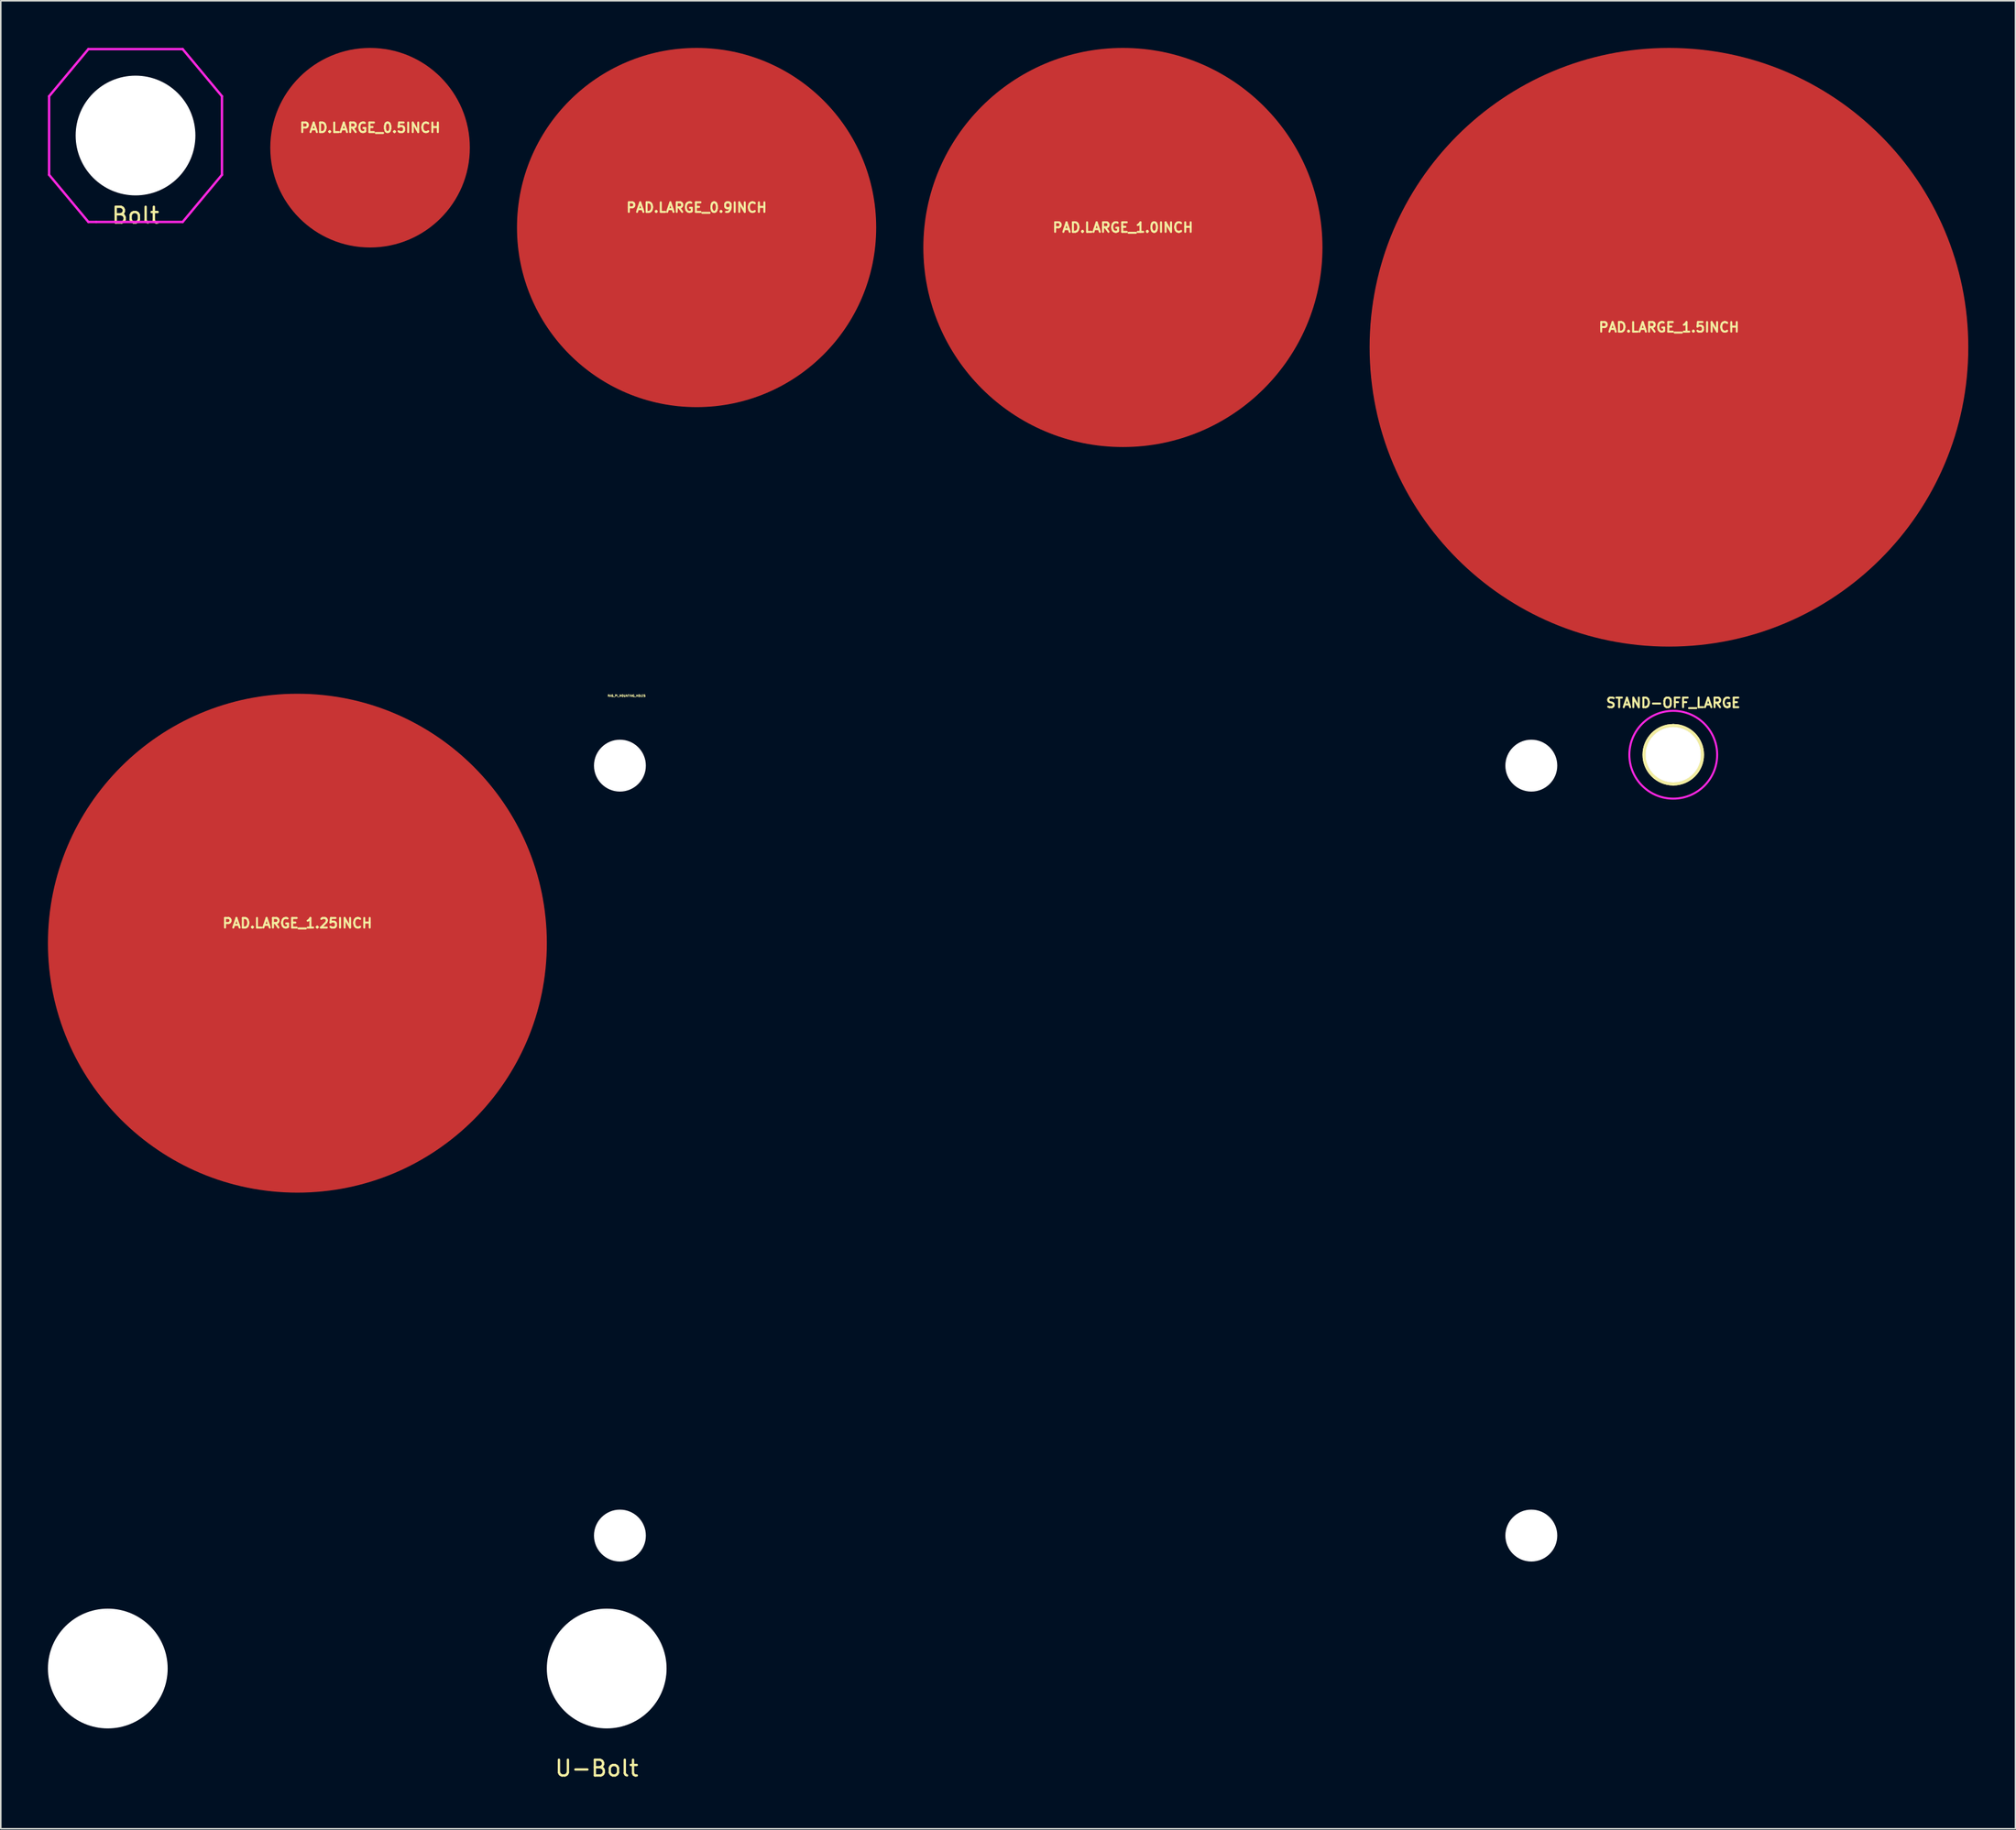
<source format=kicad_pcb>
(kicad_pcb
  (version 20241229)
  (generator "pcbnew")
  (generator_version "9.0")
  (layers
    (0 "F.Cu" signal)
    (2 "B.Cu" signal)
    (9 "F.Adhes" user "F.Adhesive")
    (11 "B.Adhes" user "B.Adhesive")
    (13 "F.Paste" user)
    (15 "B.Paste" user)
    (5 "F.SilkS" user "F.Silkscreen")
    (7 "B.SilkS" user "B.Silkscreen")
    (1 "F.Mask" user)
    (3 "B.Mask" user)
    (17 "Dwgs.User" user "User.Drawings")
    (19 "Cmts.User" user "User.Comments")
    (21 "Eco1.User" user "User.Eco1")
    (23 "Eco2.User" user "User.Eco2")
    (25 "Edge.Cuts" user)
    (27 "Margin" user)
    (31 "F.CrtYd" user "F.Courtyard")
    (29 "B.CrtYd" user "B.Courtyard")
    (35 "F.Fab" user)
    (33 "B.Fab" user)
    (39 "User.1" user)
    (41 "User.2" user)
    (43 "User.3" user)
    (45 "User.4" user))
  (footprint "PAD.LARGE_1.5INCH"
    (layer "F.Cu")
    (at 103.16 19.05)
    (property "Reference" "PAD.LARGE_1.5INCH" (at 0 -1.27 0) (layer "F.SilkS") (effects (font (size 0.61 0.61) (thickness 0.127))))
    (attr smd)
    (pad "1" smd circle (at 0 0) (size 38.1 38.1) (layers "F.Cu" "F.Mask" "F.Paste")))
  (footprint "RAS_PI_MOUNTING_HOLES"
    (layer "F.Cu")
    (at 65.401 45.675)
    (property "Reference" "RAS_PI_MOUNTING_HOLES" (at -28.575 -4.445 0) (layer "F.SilkS") (effects (font (size 0.127 0.127) (thickness 0.032))))
    (attr through_hole)
    (pad "" np_thru_hole circle (at -29 0) (size 3.302 3.302) (drill 3.302) (layers "*.Cu" "*.Mask"))
    (pad "" np_thru_hole circle (at -29 49) (size 3.302 3.302) (drill 3.302) (layers "*.Cu" "*.Mask"))
    (pad "" np_thru_hole circle (at 29 0) (size 3.302 3.302) (drill 3.302) (layers "*.Cu" "*.Mask"))
    (pad "" np_thru_hole circle (at 29 49) (size 3.302 3.302) (drill 3.302) (layers "*.Cu" "*.Mask")))
  (footprint "PAD.LARGE_0.9INCH"
    (layer "F.Cu")
    (at 41.28 11.43)
    (property "Reference" "PAD.LARGE_0.9INCH" (at 0 -1.27 0) (layer "F.SilkS") (effects (font (size 0.61 0.61) (thickness 0.127))))
    (attr smd)
    (pad "1" smd circle (at 0 0) (size 22.86 22.86) (layers "F.Cu")))
  (footprint "PAD.LARGE_0.5INCH"
    (layer "F.Cu")
    (at 20.5 6.35)
    (property "Reference" "PAD.LARGE_0.5INCH" (at 0 -1.27 0) (layer "F.SilkS") (effects (font (size 0.61 0.61) (thickness 0.127))))
    (attr smd)
    (pad "1" smd circle (at 0 0) (size 12.7 12.7) (layers "F.Cu")))
  (footprint "PAD.LARGE_1.0INCH"
    (layer "F.Cu")
    (at 68.41 12.7)
    (property "Reference" "PAD.LARGE_1.0INCH" (at 0 -1.27 0) (layer "F.SilkS") (effects (font (size 0.61 0.61) (thickness 0.127))))
    (attr smd)
    (pad "1" smd circle (at 0 0) (size 25.4 25.4) (layers "F.Cu")))
  (footprint "PAD.LARGE_1.25INCH"
    (layer "F.Cu")
    (at 15.875 56.975)
    (property "Reference" "PAD.LARGE_1.25INCH" (at 0 -1.27 0) (layer "F.SilkS") (effects (font (size 0.61 0.61) (thickness 0.127))))
    (attr smd)
    (pad "1" smd circle (at 0 0) (size 31.75 31.75) (layers "F.Cu")))
  (footprint "U-Bolt"
    (layer "F.Cu")
    (at 19.685 103.136)
    (property "Reference" "U-Bolt" (at 15.24 6.35 0) (layer "F.SilkS") (effects (font (size 1 1) (thickness 0.15))))
    (attr through_hole)
    (pad "" np_thru_hole circle (at -15.875 0) (size 7.62 7.62) (drill 7.62) (layers "*.Cu" "*.Mask"))
    (pad "" np_thru_hole circle (at 15.875 0) (size 7.62 7.62) (drill 7.62) (layers "*.Cu" "*.Mask")))
  (footprint "Bolt"
    (layer "F.Cu")
    (at 5.575 5.575)
    (property "Reference" "Bolt" (at 0 5.08 0) (layer "F.SilkS") (effects (font (size 1 1) (thickness 0.15))))
    (attr through_hole)
    (fp_line (start -5.5 -2.5) (end -5.5 2.5) (stroke (width 0.15) (type solid)) (layer "F.CrtYd"))
    (fp_line (start -5.5 2.5) (end -3 5.5) (stroke (width 0.15) (type solid)) (layer "F.CrtYd"))
    (fp_line (start -3 -5.5) (end -5.5 -2.5) (stroke (width 0.15) (type solid)) (layer "F.CrtYd"))
    (fp_line (start -3 5.5) (end -2.5 5.5) (stroke (width 0.15) (type solid)) (layer "F.CrtYd"))
    (fp_line (start -2.5 5.5) (end 3 5.5) (stroke (width 0.15) (type solid)) (layer "F.CrtYd"))
    (fp_line (start 3 -5.5) (end -3 -5.5) (stroke (width 0.15) (type solid)) (layer "F.CrtYd"))
    (fp_line (start 3 -5.5) (end 5.5 -2.5) (stroke (width 0.15) (type solid)) (layer "F.CrtYd"))
    (fp_line (start 3 5.5) (end 5.5 2.5) (stroke (width 0.15) (type solid)) (layer "F.CrtYd"))
    (fp_line (start 5.5 2.5) (end 5.5 -2.5) (stroke (width 0.15) (type solid)) (layer "F.CrtYd"))
    (pad "" np_thru_hole circle (at 0 0) (size 7.62 7.62) (drill 7.62) (layers "*.Cu" "*.Mask")))
  (footprint "STAND-OFF_LARGE"
    (layer "F.Cu")
    (at 103.434 44.982)
    (property "Reference" "STAND-OFF_LARGE" (at 0 -3.302 0) (layer "F.SilkS") (effects (font (size 0.61 0.61) (thickness 0.127))))
    (attr exclude_from_pos_files exclude_from_bom)
    (fp_arc (start 0 -1.8542) (mid 1.8542 0) (end 0 1.8542) (stroke (width 0.2032) (type solid)) (layer "F.SilkS"))
    (fp_arc (start 0 -1.8542) (mid 1.8542 0) (end 0 1.8542) (stroke (width 0.2032) (type solid)) (layer "F.SilkS"))
    (fp_arc (start 0 1.8542) (mid -1.8542 0) (end 0 -1.8542) (stroke (width 0.2032) (type solid)) (layer "F.SilkS"))
    (fp_arc (start 0 1.8542) (mid -1.8542 0) (end 0 -1.8542) (stroke (width 0.2032) (type solid)) (layer "F.SilkS"))
    (fp_circle (center 0 0) (end 0 -2.794) (stroke (width 0.127) (type solid)) (fill no) (layer "F.CrtYd"))
    (pad "" np_thru_hole circle (at 0 0) (size 3.525 3.525) (drill 3.525) (layers "*.Cu" "*.Mask")))
  (gr_rect
    (start -3 -3)
    (end 125.21 113.334)
    (stroke (width 0.1) (type default))
    (fill no)
    (layer "Edge.Cuts")))
</source>
